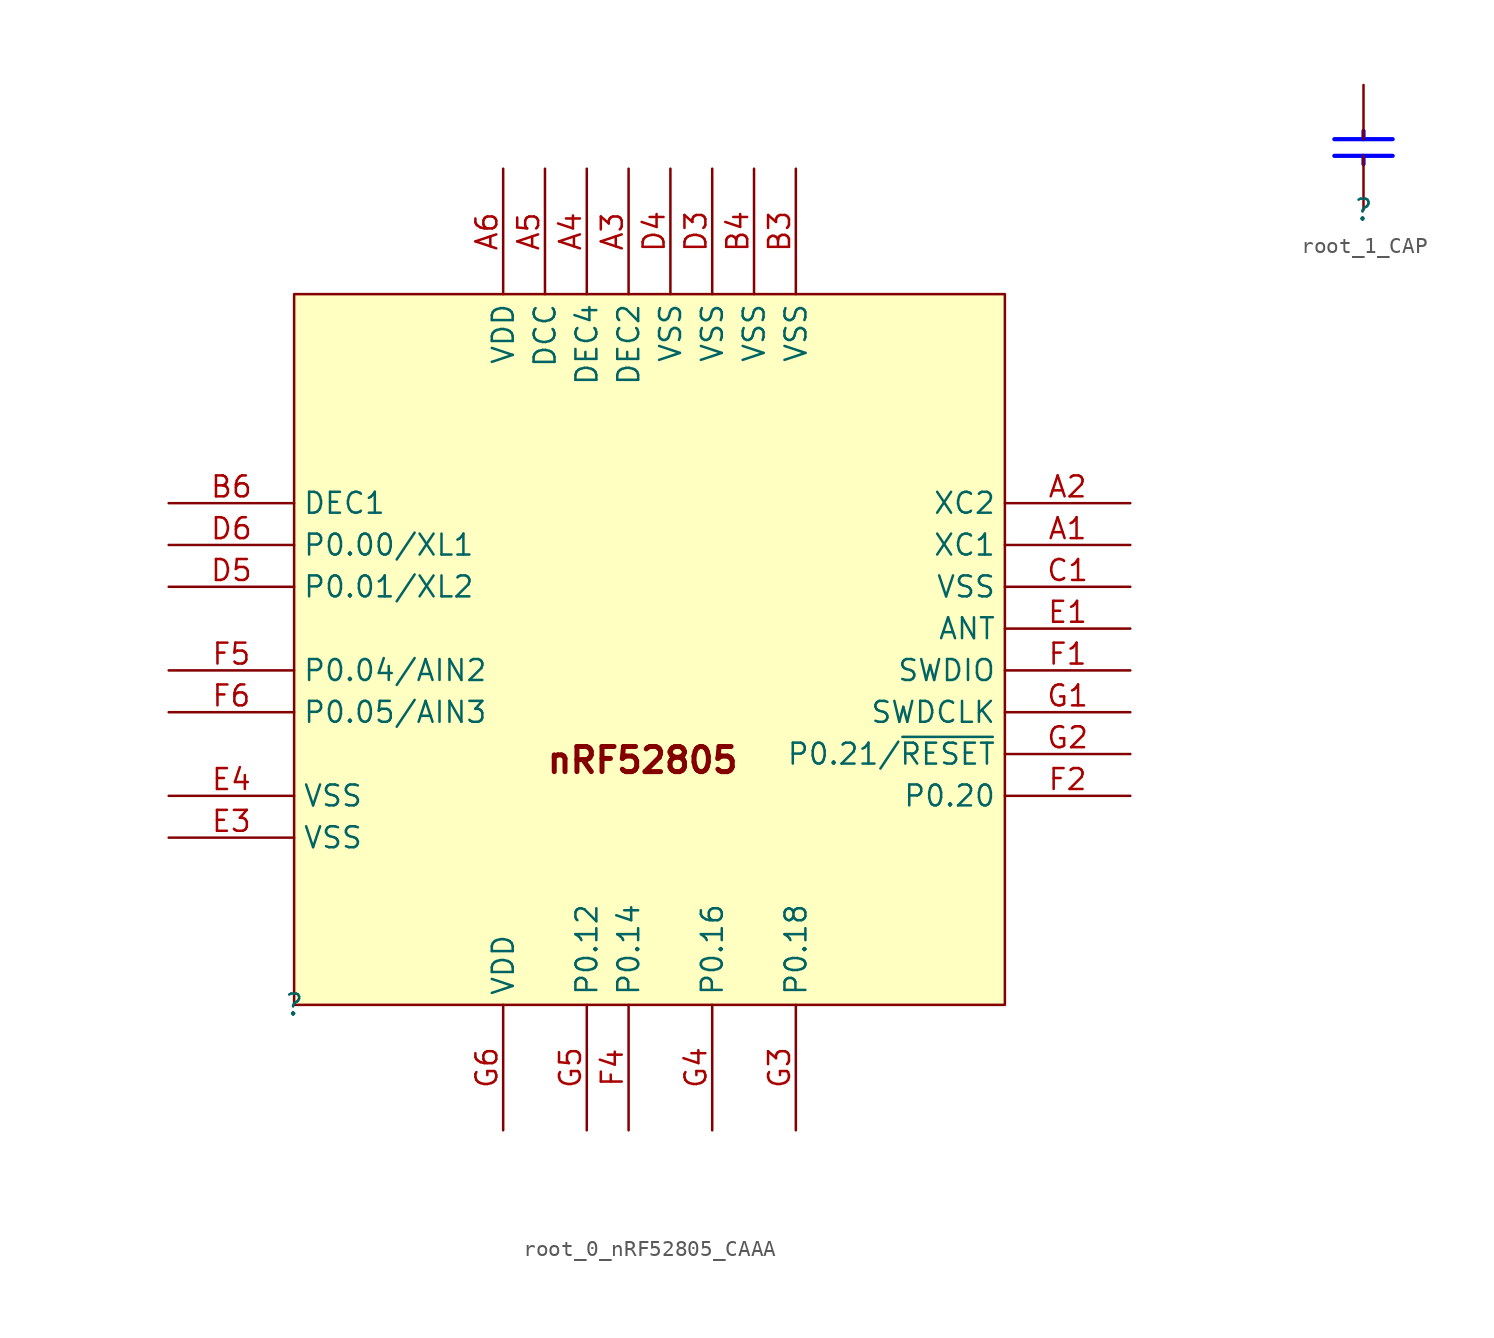
<source format=kicad_sym>
(kicad_symbol_lib
  (version 20220914)
  (generator kicad_symbol_editor)
  (symbol "root_0_nRF52805_CAAA"
    (property "Reference" ""
      (at 0 0 0)
      (effects (font (size 1.27 1.27))))
    (property "Value" ""
      (at 0 0 0)
      (effects (font (size 1.27 1.27))))
    (symbol "root_0_nRF52805_CAAA_1_0"
      (rectangle (start 43.18 43.18) (end 0 0) (stroke (width 0) (type solid)) (fill (type background)))
      (text "nRF52805" (at 15.24 13.97 0) (effects (font (size 1.524 1.524) bold) (justify left bottom)))
      (pin input line (at 50.8 27.94 180) (length 7.62) (name "XC1" (effects (font (size 1.27 1.27)))) (number "A1" (effects (font (size 1.27 1.27)))))
      (pin output line (at 50.8 30.48 180) (length 7.62) (name "XC2" (effects (font (size 1.27 1.27)))) (number "A2" (effects (font (size 1.27 1.27)))))
      (pin power_in line (at 20.32 50.8 270) (length 7.62) (name "DEC2" (effects (font (size 1.27 1.27)))) (number "A3" (effects (font (size 1.27 1.27)))))
      (pin power_in line (at 17.78 50.8 270) (length 7.62) (name "DEC4" (effects (font (size 1.27 1.27)))) (number "A4" (effects (font (size 1.27 1.27)))))
      (pin output line (at 15.24 50.8 270) (length 7.62) (name "DCC" (effects (font (size 1.27 1.27)))) (number "A5" (effects (font (size 1.27 1.27)))))
      (pin power_in line (at 12.7 50.8 270) (length 7.62) (name "VDD" (effects (font (size 1.27 1.27)))) (number "A6" (effects (font (size 1.27 1.27)))))
      (pin power_in line (at 30.48 50.8 270) (length 7.62) (name "VSS" (effects (font (size 1.27 1.27)))) (number "B3" (effects (font (size 1.27 1.27)))))
      (pin power_in line (at 27.94 50.8 270) (length 7.62) (name "VSS" (effects (font (size 1.27 1.27)))) (number "B4" (effects (font (size 1.27 1.27)))))
      (pin power_in line (at -7.62 30.48 0) (length 7.62) (name "DEC1" (effects (font (size 1.27 1.27)))) (number "B6" (effects (font (size 1.27 1.27)))))
      (pin power_in line (at 50.8 25.4 180) (length 7.62) (name "VSS" (effects (font (size 1.27 1.27)))) (number "C1" (effects (font (size 1.27 1.27)))))
      (pin power_in line (at 25.4 50.8 270) (length 7.62) (name "VSS" (effects (font (size 1.27 1.27)))) (number "D3" (effects (font (size 1.27 1.27)))))
      (pin power_in line (at 22.86 50.8 270) (length 7.62) (name "VSS" (effects (font (size 1.27 1.27)))) (number "D4" (effects (font (size 1.27 1.27)))))
      (pin bidirectional line (at -7.62 25.4 0) (length 7.62) (name "P0.01/XL2" (effects (font (size 1.27 1.27)))) (number "D5" (effects (font (size 1.27 1.27)))))
      (pin bidirectional line (at -7.62 27.94 0) (length 7.62) (name "P0.00/XL1" (effects (font (size 1.27 1.27)))) (number "D6" (effects (font (size 1.27 1.27)))))
      (pin bidirectional line (at 50.8 22.86 180) (length 7.62) (name "ANT" (effects (font (size 1.27 1.27)))) (number "E1" (effects (font (size 1.27 1.27)))))
      (pin power_in line (at -7.62 10.16 0) (length 7.62) (name "VSS" (effects (font (size 1.27 1.27)))) (number "E3" (effects (font (size 1.27 1.27)))))
      (pin power_in line (at -7.62 12.7 0) (length 7.62) (name "VSS" (effects (font (size 1.27 1.27)))) (number "E4" (effects (font (size 1.27 1.27)))))
      (pin bidirectional line (at 50.8 20.32 180) (length 7.62) (name "SWDIO" (effects (font (size 1.27 1.27)))) (number "F1" (effects (font (size 1.27 1.27)))))
      (pin bidirectional line (at 50.8 12.7 180) (length 7.62) (name "P0.20" (effects (font (size 1.27 1.27)))) (number "F2" (effects (font (size 1.27 1.27)))))
      (pin bidirectional line (at 20.32 -7.62 90) (length 7.62) (name "P0.14" (effects (font (size 1.27 1.27)))) (number "F4" (effects (font (size 1.27 1.27)))))
      (pin bidirectional line (at -7.62 20.32 0) (length 7.62) (name "P0.04/AIN2" (effects (font (size 1.27 1.27)))) (number "F5" (effects (font (size 1.27 1.27)))))
      (pin bidirectional line (at -7.62 17.78 0) (length 7.62) (name "P0.05/AIN3" (effects (font (size 1.27 1.27)))) (number "F6" (effects (font (size 1.27 1.27)))))
      (pin input line (at 50.8 17.78 180) (length 7.62) (name "SWDCLK" (effects (font (size 1.27 1.27)))) (number "G1" (effects (font (size 1.27 1.27)))))
      (pin bidirectional line (at 50.8 15.24 180) (length 7.62) (name "P0.21/~{RESET}" (effects (font (size 1.27 1.27)))) (number "G2" (effects (font (size 1.27 1.27)))))
      (pin bidirectional line (at 30.48 -7.62 90) (length 7.62) (name "P0.18" (effects (font (size 1.27 1.27)))) (number "G3" (effects (font (size 1.27 1.27)))))
      (pin bidirectional line (at 25.4 -7.62 90) (length 7.62) (name "P0.16" (effects (font (size 1.27 1.27)))) (number "G4" (effects (font (size 1.27 1.27)))))
      (pin bidirectional line (at 17.78 -7.62 90) (length 7.62) (name "P0.12" (effects (font (size 1.27 1.27)))) (number "G5" (effects (font (size 1.27 1.27)))))
      (pin power_in line (at 12.7 -7.62 90) (length 7.62) (name "VDD" (effects (font (size 1.27 1.27)))) (number "G6" (effects (font (size 1.27 1.27)))))))
  (symbol "root_1_CAP"
    (property "Reference" ""
      (at 0 0 0)
      (effects (font (size 1.27 1.27))))
    (property "Value" ""
      (at 0 0 0)
      (effects (font (size 1.27 1.27))))
    (symbol "root_1_CAP_1_0"
      (polyline (pts (xy 0 3.302) (xy 0 2.794)) (stroke (width 0.254) (type solid) (color 0 0 255 1)) (fill (type none)))
      (polyline (pts (xy 0 4.318) (xy 0 4.826)) (stroke (width 0.254) (type solid) (color 0 0 255 1)) (fill (type none)))
      (polyline (pts (xy 1.778 3.302) (xy -1.778 3.302)) (stroke (width 0.254) (type solid) (color 0 0 255 1)) (fill (type none)))
      (polyline (pts (xy 1.778 4.318) (xy -1.778 4.318)) (stroke (width 0.254) (type solid) (color 0 0 255 1)) (fill (type none)))
      (pin passive line (at 0 0 90) (length 3.302) (name "1" (effects (font (size 0 0)))) (number "1" (effects (font (size 0 0)))))
      (pin passive line (at 0 7.62 270) (length 3.302) (name "2" (effects (font (size 0 0)))) (number "2" (effects (font (size 0 0))))))))
</source>
